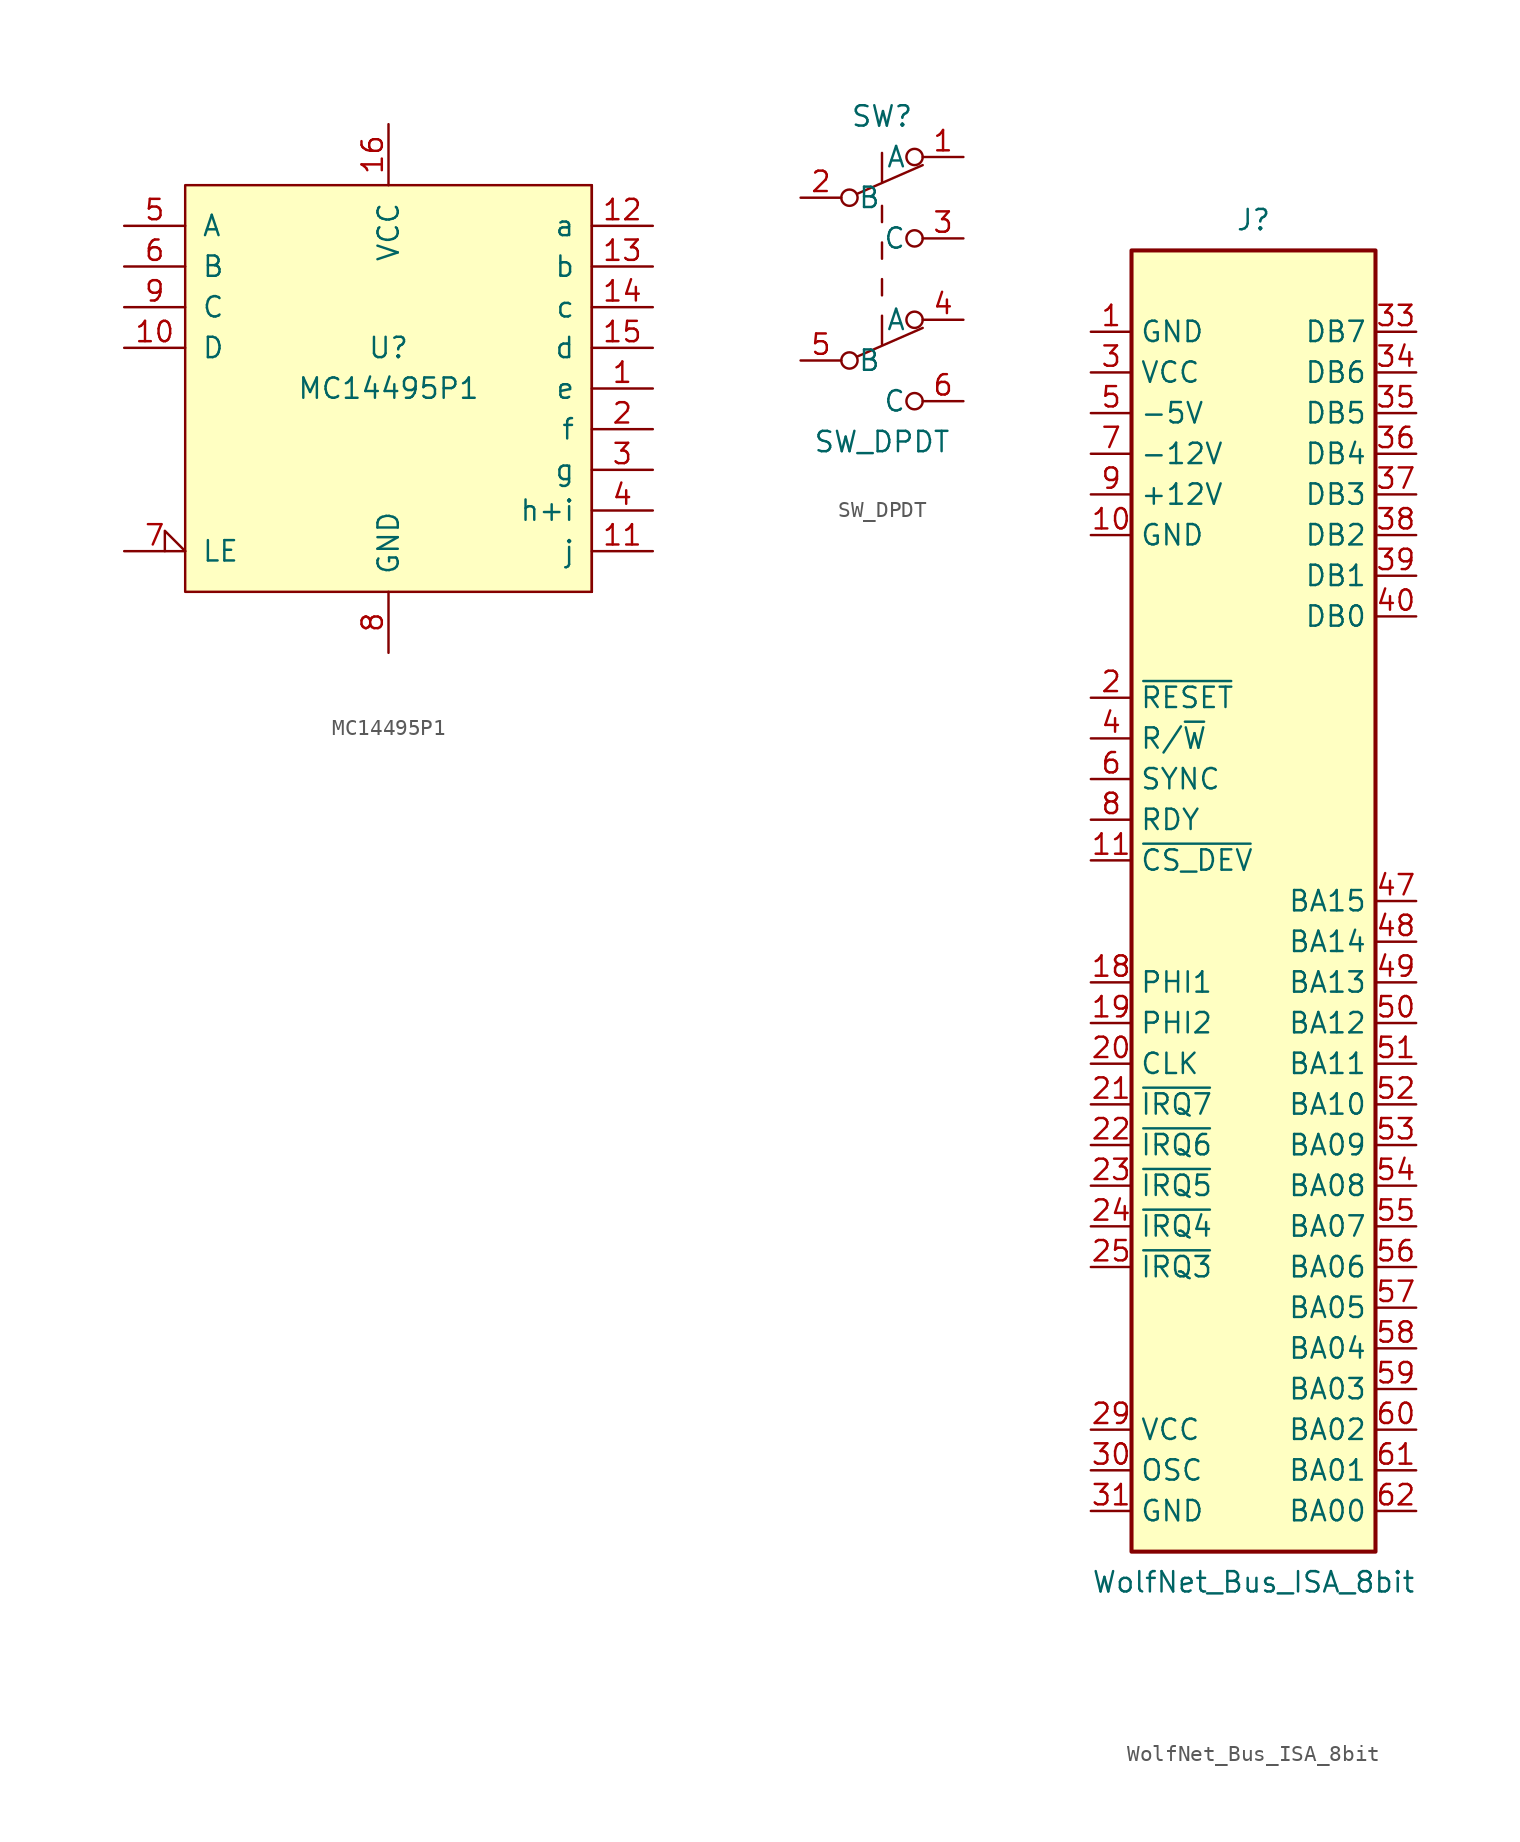
<source format=kicad_sym>
(kicad_symbol_lib
  (version 20211014)
  (generator kicad_symbol_editor)
  (symbol "MC14495P1"
    (pin_names
      (offset 1.016))
    (property "Reference" "U"
      (at 0 1.27 0)
      (effects (font (size 1.27 1.27))))
    (property "Value" "MC14495P1"
      (at 0 -1.27 0)
      (effects (font (size 1.27 1.27))))
    (symbol "MC14495P1_0_1"
      (rectangle (start 12.7 -13.97) (end 12.7 -13.97) (stroke (width 0) (type default) (color 0 0 0 0)) (fill (type none)))
      (rectangle (start 12.7 11.43) (end -12.7 -13.97) (stroke (width 0) (type default) (color 0 0 0 0)) (fill (type background)))
      (rectangle (start 12.7 11.43) (end 12.7 -13.97) (stroke (width 0) (type default) (color 0 0 0 0)) (fill (type none))))
    (symbol "MC14495P1_1_1"
      (pin output line (at 16.51 -1.27 180) (length 3.81) (name "e" (effects (font (size 1.27 1.27)))) (number "1" (effects (font (size 1.27 1.27)))))
      (pin input line (at -16.51 1.27 0) (length 3.81) (name "D" (effects (font (size 1.27 1.27)))) (number "10" (effects (font (size 1.27 1.27)))))
      (pin output line (at 16.51 -11.43 180) (length 3.81) (name "j" (effects (font (size 1.27 1.27)))) (number "11" (effects (font (size 1.27 1.27)))))
      (pin output line (at 16.51 8.89 180) (length 3.81) (name "a" (effects (font (size 1.27 1.27)))) (number "12" (effects (font (size 1.27 1.27)))))
      (pin output line (at 16.51 6.35 180) (length 3.81) (name "b" (effects (font (size 1.27 1.27)))) (number "13" (effects (font (size 1.27 1.27)))))
      (pin output line (at 16.51 3.81 180) (length 3.81) (name "c" (effects (font (size 1.27 1.27)))) (number "14" (effects (font (size 1.27 1.27)))))
      (pin output line (at 16.51 1.27 180) (length 3.81) (name "d" (effects (font (size 1.27 1.27)))) (number "15" (effects (font (size 1.27 1.27)))))
      (pin power_in line (at 0 15.24 270) (length 3.81) (name "VCC" (effects (font (size 1.27 1.27)))) (number "16" (effects (font (size 1.27 1.27)))))
      (pin output line (at 16.51 -3.81 180) (length 3.81) (name "f" (effects (font (size 1.27 1.27)))) (number "2" (effects (font (size 1.27 1.27)))))
      (pin output line (at 16.51 -6.35 180) (length 3.81) (name "g" (effects (font (size 1.27 1.27)))) (number "3" (effects (font (size 1.27 1.27)))))
      (pin output line (at 16.51 -8.89 180) (length 3.81) (name "h+i" (effects (font (size 1.27 1.27)))) (number "4" (effects (font (size 1.27 1.27)))))
      (pin input line (at -16.51 8.89 0) (length 3.81) (name "A" (effects (font (size 1.27 1.27)))) (number "5" (effects (font (size 1.27 1.27)))))
      (pin input line (at -16.51 6.35 0) (length 3.81) (name "B" (effects (font (size 1.27 1.27)))) (number "6" (effects (font (size 1.27 1.27)))))
      (pin input input_low (at -16.51 -11.43 0) (length 3.81) (name "LE" (effects (font (size 1.27 1.27)))) (number "7" (effects (font (size 1.27 1.27)))))
      (pin power_out line (at 0 -17.78 90) (length 3.81) (name "GND" (effects (font (size 1.27 1.27)))) (number "8" (effects (font (size 1.27 1.27)))))
      (pin input line (at -16.51 3.81 0) (length 3.81) (name "C" (effects (font (size 1.27 1.27)))) (number "9" (effects (font (size 1.27 1.27)))))))
  (symbol "SW_DPDT"
    (pin_names
      (offset 1.016))
    (property "Reference" "SW"
      (at 5.08 1.27 0)
      (effects (font (size 1.27 1.27))))
    (property "Value" "SW_DPDT"
      (at 5.08 -19.05 0)
      (effects (font (size 1.27 1.27))))
    (symbol "SW_DPDT_1_1"
      (polyline (pts (xy 3.556 -13.716) (xy 7.62 -11.938)) (stroke (width 0) (type default) (color 0 0 0 0)) (fill (type none)))
      (polyline (pts (xy 3.556 -3.556) (xy 7.62 -1.778)) (stroke (width 0) (type default) (color 0 0 0 0)) (fill (type none)))
      (polyline (pts (xy 5.08 -11.176) (xy 5.08 -12.954)) (stroke (width 0) (type default) (color 0 0 0 0)) (fill (type none)))
      (polyline (pts (xy 5.08 -9.906) (xy 5.08 -8.89)) (stroke (width 0) (type default) (color 0 0 0 0)) (fill (type none)))
      (polyline (pts (xy 5.08 -7.62) (xy 5.08 -6.604)) (stroke (width 0) (type default) (color 0 0 0 0)) (fill (type none)))
      (polyline (pts (xy 5.08 -5.334) (xy 5.08 -4.318)) (stroke (width 0) (type default) (color 0 0 0 0)) (fill (type none)))
      (polyline (pts (xy 5.08 -1.016) (xy 5.08 -2.794)) (stroke (width 0) (type default) (color 0 0 0 0)) (fill (type none)))
      (circle (center 3.048 -13.97) (radius 0.508) (stroke (width 0) (type default) (color 0 0 0 0)) (fill (type none)))
      (circle (center 3.048 -3.81) (radius 0.508) (stroke (width 0) (type default) (color 0 0 0 0)) (fill (type none)))
      (circle (center 7.112 -16.51) (radius 0.508) (stroke (width 0) (type default) (color 0 0 0 0)) (fill (type none)))
      (circle (center 7.112 -11.43) (radius 0.508) (stroke (width 0) (type default) (color 0 0 0 0)) (fill (type none)))
      (circle (center 7.112 -6.35) (radius 0.508) (stroke (width 0) (type default) (color 0 0 0 0)) (fill (type none)))
      (circle (center 7.112 -1.27) (radius 0.508) (stroke (width 0) (type default) (color 0 0 0 0)) (fill (type none)))
      (pin passive line (at 10.16 -1.27 180) (length 2.54) (name "A" (effects (font (size 1.27 1.27)))) (number "1" (effects (font (size 1.27 1.27)))))
      (pin passive line (at 0 -3.81 0) (length 2.54) (name "B" (effects (font (size 1.27 1.27)))) (number "2" (effects (font (size 1.27 1.27)))))
      (pin passive line (at 10.16 -6.35 180) (length 2.54) (name "C" (effects (font (size 1.27 1.27)))) (number "3" (effects (font (size 1.27 1.27)))))
      (pin passive line (at 10.16 -11.43 180) (length 2.54) (name "A" (effects (font (size 1.27 1.27)))) (number "4" (effects (font (size 1.27 1.27)))))
      (pin passive line (at 0 -13.97 0) (length 2.54) (name "B" (effects (font (size 1.27 1.27)))) (number "5" (effects (font (size 1.27 1.27)))))
      (pin passive line (at 10.16 -16.51 180) (length 2.54) (name "C" (effects (font (size 1.27 1.27)))) (number "6" (effects (font (size 1.27 1.27)))))))
  (symbol "WolfNet_Bus_ISA_8bit"
    (property "Reference" "J"
      (at 0 42.545 0)
      (effects (font (size 1.27 1.27))))
    (property "Value" "WolfNet_Bus_ISA_8bit"
      (at 0 -42.545 0)
      (effects (font (size 1.27 1.27))))
    (symbol "WolfNet_Bus_ISA_8bit_0_1"
      (rectangle (start -7.62 -40.64) (end 7.62 40.64) (stroke (width 0.254) (type default) (color 0 0 0 0)) (fill (type background))))
    (symbol "WolfNet_Bus_ISA_8bit_1_1"
      (pin power_in line (at -10.16 35.56 0) (length 2.54) (name "GND" (effects (font (size 1.27 1.27)))) (number "1" (effects (font (size 1.27 1.27)))))
      (pin power_in line (at -10.16 22.86 0) (length 2.54) (name "GND" (effects (font (size 1.27 1.27)))) (number "10" (effects (font (size 1.27 1.27)))))
      (pin bidirectional line (at -10.16 2.54 0) (length 2.54) (name "~{CS_DEV}" (effects (font (size 1.27 1.27)))) (number "11" (effects (font (size 1.27 1.27)))))
      (pin bidirectional line (at -10.16 -5.08 0) (length 2.54) (name "PHI1" (effects (font (size 1.27 1.27)))) (number "18" (effects (font (size 1.27 1.27)))))
      (pin bidirectional line (at -10.16 -7.62 0) (length 2.54) (name "PHI2" (effects (font (size 1.27 1.27)))) (number "19" (effects (font (size 1.27 1.27)))))
      (pin bidirectional line (at -10.16 12.7 0) (length 2.54) (name "~{RESET}" (effects (font (size 1.27 1.27)))) (number "2" (effects (font (size 1.27 1.27)))))
      (pin bidirectional line (at -10.16 -10.16 0) (length 2.54) (name "CLK" (effects (font (size 1.27 1.27)))) (number "20" (effects (font (size 1.27 1.27)))))
      (pin bidirectional line (at -10.16 -12.7 0) (length 2.54) (name "~{IRQ7}" (effects (font (size 1.27 1.27)))) (number "21" (effects (font (size 1.27 1.27)))))
      (pin bidirectional line (at -10.16 -15.24 0) (length 2.54) (name "~{IRQ6}" (effects (font (size 1.27 1.27)))) (number "22" (effects (font (size 1.27 1.27)))))
      (pin bidirectional line (at -10.16 -17.78 0) (length 2.54) (name "~{IRQ5}" (effects (font (size 1.27 1.27)))) (number "23" (effects (font (size 1.27 1.27)))))
      (pin bidirectional line (at -10.16 -20.32 0) (length 2.54) (name "~{IRQ4}" (effects (font (size 1.27 1.27)))) (number "24" (effects (font (size 1.27 1.27)))))
      (pin bidirectional line (at -10.16 -22.86 0) (length 2.54) (name "~{IRQ3}" (effects (font (size 1.27 1.27)))) (number "25" (effects (font (size 1.27 1.27)))))
      (pin power_in line (at -10.16 -33.02 0) (length 2.54) (name "VCC" (effects (font (size 1.27 1.27)))) (number "29" (effects (font (size 1.27 1.27)))))
      (pin power_in line (at -10.16 33.02 0) (length 2.54) (name "VCC" (effects (font (size 1.27 1.27)))) (number "3" (effects (font (size 1.27 1.27)))))
      (pin bidirectional line (at -10.16 -35.56 0) (length 2.54) (name "OSC" (effects (font (size 1.27 1.27)))) (number "30" (effects (font (size 1.27 1.27)))))
      (pin power_in line (at -10.16 -38.1 0) (length 2.54) (name "GND" (effects (font (size 1.27 1.27)))) (number "31" (effects (font (size 1.27 1.27)))))
      (pin tri_state line (at 10.16 35.56 180) (length 2.54) (name "DB7" (effects (font (size 1.27 1.27)))) (number "33" (effects (font (size 1.27 1.27)))))
      (pin tri_state line (at 10.16 33.02 180) (length 2.54) (name "DB6" (effects (font (size 1.27 1.27)))) (number "34" (effects (font (size 1.27 1.27)))))
      (pin tri_state line (at 10.16 30.48 180) (length 2.54) (name "DB5" (effects (font (size 1.27 1.27)))) (number "35" (effects (font (size 1.27 1.27)))))
      (pin tri_state line (at 10.16 27.94 180) (length 2.54) (name "DB4" (effects (font (size 1.27 1.27)))) (number "36" (effects (font (size 1.27 1.27)))))
      (pin tri_state line (at 10.16 25.4 180) (length 2.54) (name "DB3" (effects (font (size 1.27 1.27)))) (number "37" (effects (font (size 1.27 1.27)))))
      (pin tri_state line (at 10.16 22.86 180) (length 2.54) (name "DB2" (effects (font (size 1.27 1.27)))) (number "38" (effects (font (size 1.27 1.27)))))
      (pin tri_state line (at 10.16 20.32 180) (length 2.54) (name "DB1" (effects (font (size 1.27 1.27)))) (number "39" (effects (font (size 1.27 1.27)))))
      (pin bidirectional line (at -10.16 10.16 0) (length 2.54) (name "R/~{W}" (effects (font (size 1.27 1.27)))) (number "4" (effects (font (size 1.27 1.27)))))
      (pin tri_state line (at 10.16 17.78 180) (length 2.54) (name "DB0" (effects (font (size 1.27 1.27)))) (number "40" (effects (font (size 1.27 1.27)))))
      (pin tri_state line (at 10.16 0 180) (length 2.54) (name "BA15" (effects (font (size 1.27 1.27)))) (number "47" (effects (font (size 1.27 1.27)))))
      (pin tri_state line (at 10.16 -2.54 180) (length 2.54) (name "BA14" (effects (font (size 1.27 1.27)))) (number "48" (effects (font (size 1.27 1.27)))))
      (pin tri_state line (at 10.16 -5.08 180) (length 2.54) (name "BA13" (effects (font (size 1.27 1.27)))) (number "49" (effects (font (size 1.27 1.27)))))
      (pin power_in line (at -10.16 30.48 0) (length 2.54) (name "-5V" (effects (font (size 1.27 1.27)))) (number "5" (effects (font (size 1.27 1.27)))))
      (pin tri_state line (at 10.16 -7.62 180) (length 2.54) (name "BA12" (effects (font (size 1.27 1.27)))) (number "50" (effects (font (size 1.27 1.27)))))
      (pin tri_state line (at 10.16 -10.16 180) (length 2.54) (name "BA11" (effects (font (size 1.27 1.27)))) (number "51" (effects (font (size 1.27 1.27)))))
      (pin tri_state line (at 10.16 -12.7 180) (length 2.54) (name "BA10" (effects (font (size 1.27 1.27)))) (number "52" (effects (font (size 1.27 1.27)))))
      (pin tri_state line (at 10.16 -15.24 180) (length 2.54) (name "BA09" (effects (font (size 1.27 1.27)))) (number "53" (effects (font (size 1.27 1.27)))))
      (pin tri_state line (at 10.16 -17.78 180) (length 2.54) (name "BA08" (effects (font (size 1.27 1.27)))) (number "54" (effects (font (size 1.27 1.27)))))
      (pin tri_state line (at 10.16 -20.32 180) (length 2.54) (name "BA07" (effects (font (size 1.27 1.27)))) (number "55" (effects (font (size 1.27 1.27)))))
      (pin tri_state line (at 10.16 -22.86 180) (length 2.54) (name "BA06" (effects (font (size 1.27 1.27)))) (number "56" (effects (font (size 1.27 1.27)))))
      (pin tri_state line (at 10.16 -25.4 180) (length 2.54) (name "BA05" (effects (font (size 1.27 1.27)))) (number "57" (effects (font (size 1.27 1.27)))))
      (pin tri_state line (at 10.16 -27.94 180) (length 2.54) (name "BA04" (effects (font (size 1.27 1.27)))) (number "58" (effects (font (size 1.27 1.27)))))
      (pin tri_state line (at 10.16 -30.48 180) (length 2.54) (name "BA03" (effects (font (size 1.27 1.27)))) (number "59" (effects (font (size 1.27 1.27)))))
      (pin bidirectional line (at -10.16 7.62 0) (length 2.54) (name "SYNC" (effects (font (size 1.27 1.27)))) (number "6" (effects (font (size 1.27 1.27)))))
      (pin tri_state line (at 10.16 -33.02 180) (length 2.54) (name "BA02" (effects (font (size 1.27 1.27)))) (number "60" (effects (font (size 1.27 1.27)))))
      (pin tri_state line (at 10.16 -35.56 180) (length 2.54) (name "BA01" (effects (font (size 1.27 1.27)))) (number "61" (effects (font (size 1.27 1.27)))))
      (pin tri_state line (at 10.16 -38.1 180) (length 2.54) (name "BA00" (effects (font (size 1.27 1.27)))) (number "62" (effects (font (size 1.27 1.27)))))
      (pin power_in line (at -10.16 27.94 0) (length 2.54) (name "-12V" (effects (font (size 1.27 1.27)))) (number "7" (effects (font (size 1.27 1.27)))))
      (pin bidirectional line (at -10.16 5.08 0) (length 2.54) (name "RDY" (effects (font (size 1.27 1.27)))) (number "8" (effects (font (size 1.27 1.27)))))
      (pin power_in line (at -10.16 25.4 0) (length 2.54) (name "+12V" (effects (font (size 1.27 1.27)))) (number "9" (effects (font (size 1.27 1.27))))))))
</source>
